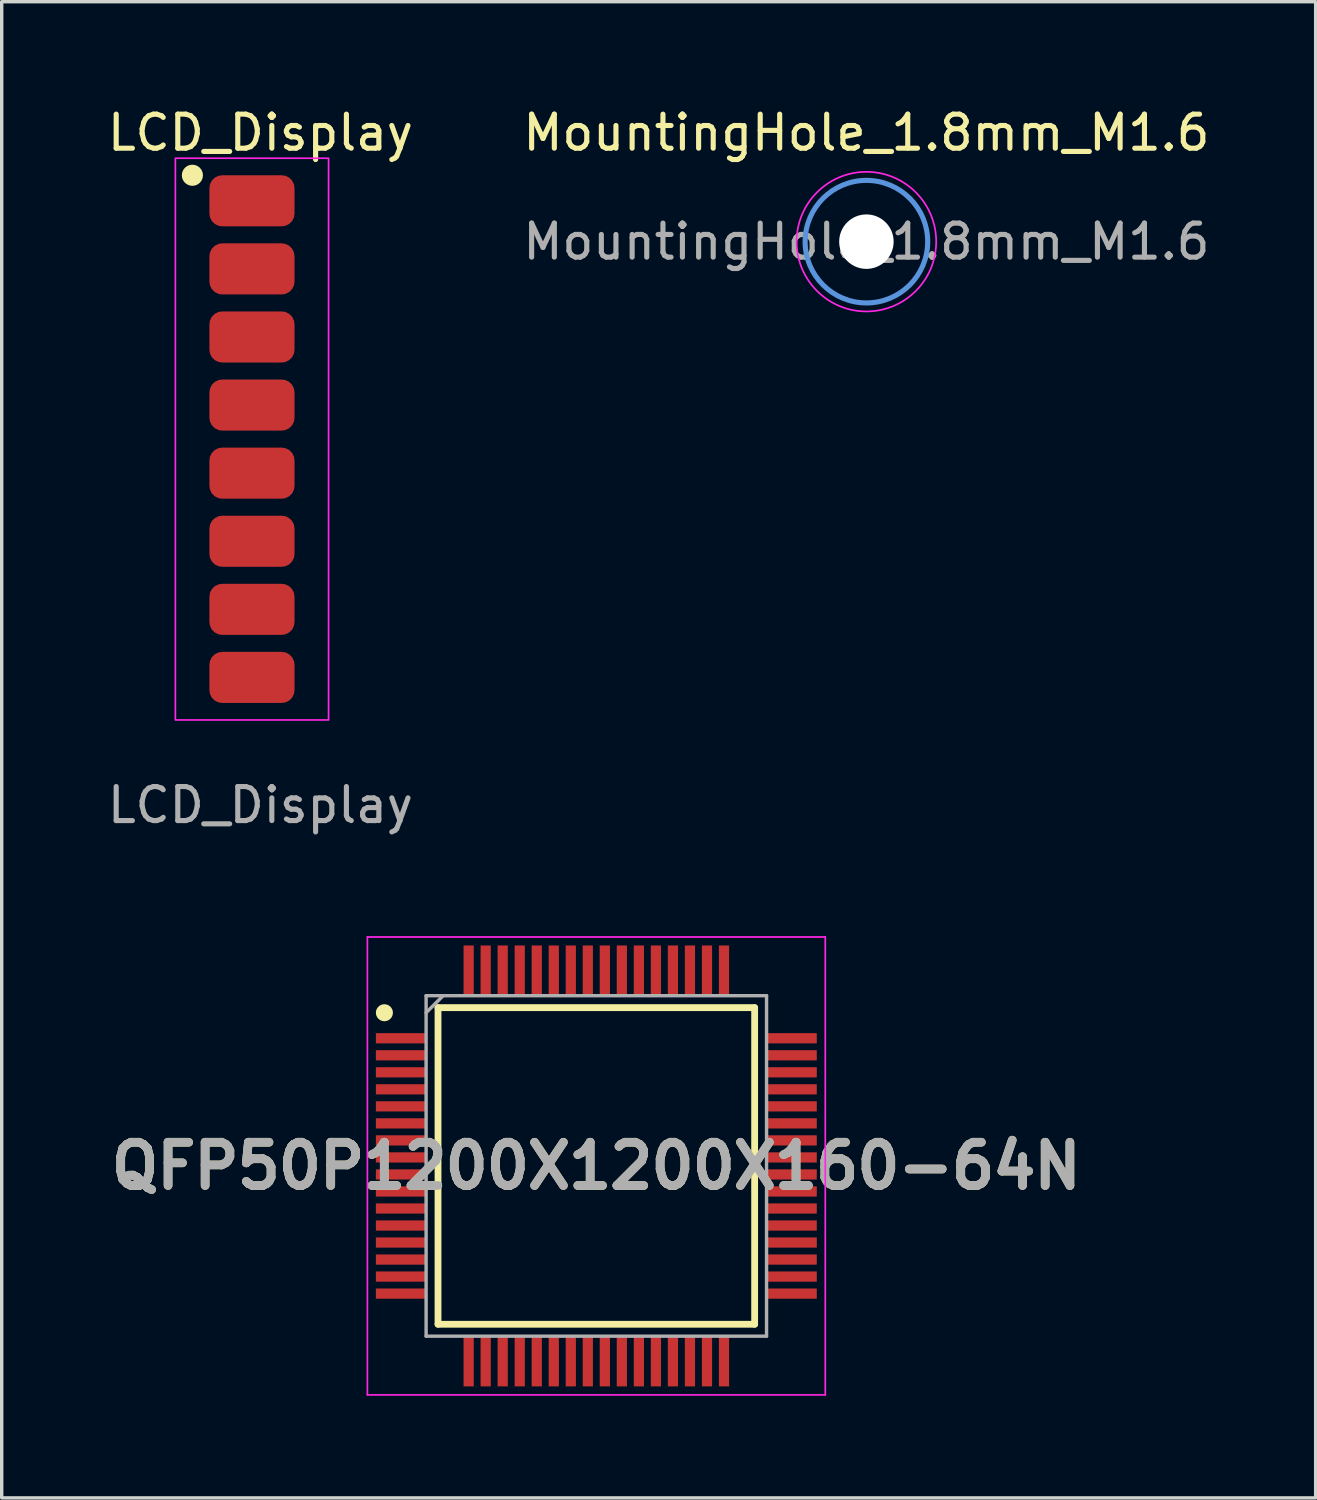
<source format=kicad_pcb>
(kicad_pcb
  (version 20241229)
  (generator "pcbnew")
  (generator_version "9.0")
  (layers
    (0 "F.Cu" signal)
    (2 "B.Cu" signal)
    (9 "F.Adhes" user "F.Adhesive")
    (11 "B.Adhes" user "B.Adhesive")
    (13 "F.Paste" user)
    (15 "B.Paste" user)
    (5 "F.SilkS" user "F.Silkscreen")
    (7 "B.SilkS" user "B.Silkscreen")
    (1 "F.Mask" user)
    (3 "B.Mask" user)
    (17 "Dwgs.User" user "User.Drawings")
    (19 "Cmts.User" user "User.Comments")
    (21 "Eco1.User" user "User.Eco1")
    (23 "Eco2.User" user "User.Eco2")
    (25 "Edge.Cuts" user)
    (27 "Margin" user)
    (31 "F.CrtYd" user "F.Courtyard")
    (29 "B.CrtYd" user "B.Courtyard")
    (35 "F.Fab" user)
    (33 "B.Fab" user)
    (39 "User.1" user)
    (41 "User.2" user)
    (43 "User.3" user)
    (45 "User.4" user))
  (footprint "QFP50P1200X1200X160-64N"
    (layer "F.Cu")
    (at 14.466 31.197)
    (property "Reference" "QFP50P1200X1200X160-64N" (at 0 0 0) (layer "F.SilkS") (effects (font (size 1.27 1.27) (thickness 0.254))))
    (attr smd)
    (fp_line (start -4.65 -4.65) (end 4.65 -4.65) (stroke (width 0.2) (type solid)) (layer "F.SilkS"))
    (fp_line (start -4.65 4.65) (end -4.65 -4.65) (stroke (width 0.2) (type solid)) (layer "F.SilkS"))
    (fp_line (start 4.65 -4.65) (end 4.65 4.65) (stroke (width 0.2) (type solid)) (layer "F.SilkS"))
    (fp_line (start 4.65 4.65) (end -4.65 4.65) (stroke (width 0.2) (type solid)) (layer "F.SilkS"))
    (fp_circle (center -6.225 -4.5) (end -6.225 -4.375) (stroke (width 0.25) (type solid)) (fill no) (layer "F.SilkS"))
    (fp_line (start -6.725 -6.725) (end 6.725 -6.725) (stroke (width 0.05) (type solid)) (layer "F.CrtYd"))
    (fp_line (start -6.725 6.725) (end -6.725 -6.725) (stroke (width 0.05) (type solid)) (layer "F.CrtYd"))
    (fp_line (start 6.725 -6.725) (end 6.725 6.725) (stroke (width 0.05) (type solid)) (layer "F.CrtYd"))
    (fp_line (start 6.725 6.725) (end -6.725 6.725) (stroke (width 0.05) (type solid)) (layer "F.CrtYd"))
    (fp_line (start -5 -5) (end 5 -5) (stroke (width 0.1) (type solid)) (layer "F.Fab"))
    (fp_line (start -5 -4.5) (end -4.5 -5) (stroke (width 0.1) (type solid)) (layer "F.Fab"))
    (fp_line (start -5 5) (end -5 -5) (stroke (width 0.1) (type solid)) (layer "F.Fab"))
    (fp_line (start 5 -5) (end 5 5) (stroke (width 0.1) (type solid)) (layer "F.Fab"))
    (fp_line (start 5 5) (end -5 5) (stroke (width 0.1) (type solid)) (layer "F.Fab"))
    (fp_text user "${REFERENCE}" (at 0 0 0) (layer "F.Fab") (effects (font (size 1.27 1.27) (thickness 0.254))))
    (pad "1" smd rect (at -5.738 -3.75 90) (size 0.3 1.475) (layers "F.Cu" "F.Mask" "F.Paste"))
    (pad "2" smd rect (at -5.738 -3.25 90) (size 0.3 1.475) (layers "F.Cu" "F.Mask" "F.Paste"))
    (pad "3" smd rect (at -5.738 -2.75 90) (size 0.3 1.475) (layers "F.Cu" "F.Mask" "F.Paste"))
    (pad "4" smd rect (at -5.738 -2.25 90) (size 0.3 1.475) (layers "F.Cu" "F.Mask" "F.Paste"))
    (pad "5" smd rect (at -5.738 -1.75 90) (size 0.3 1.475) (layers "F.Cu" "F.Mask" "F.Paste"))
    (pad "6" smd rect (at -5.738 -1.25 90) (size 0.3 1.475) (layers "F.Cu" "F.Mask" "F.Paste"))
    (pad "7" smd rect (at -5.738 -0.75 90) (size 0.3 1.475) (layers "F.Cu" "F.Mask" "F.Paste"))
    (pad "8" smd rect (at -5.738 -0.25 90) (size 0.3 1.475) (layers "F.Cu" "F.Mask" "F.Paste"))
    (pad "9" smd rect (at -5.738 0.25 90) (size 0.3 1.475) (layers "F.Cu" "F.Mask" "F.Paste"))
    (pad "10" smd rect (at -5.738 0.75 90) (size 0.3 1.475) (layers "F.Cu" "F.Mask" "F.Paste"))
    (pad "11" smd rect (at -5.738 1.25 90) (size 0.3 1.475) (layers "F.Cu" "F.Mask" "F.Paste"))
    (pad "12" smd rect (at -5.738 1.75 90) (size 0.3 1.475) (layers "F.Cu" "F.Mask" "F.Paste"))
    (pad "13" smd rect (at -5.738 2.25 90) (size 0.3 1.475) (layers "F.Cu" "F.Mask" "F.Paste"))
    (pad "14" smd rect (at -5.738 2.75 90) (size 0.3 1.475) (layers "F.Cu" "F.Mask" "F.Paste"))
    (pad "15" smd rect (at -5.738 3.25 90) (size 0.3 1.475) (layers "F.Cu" "F.Mask" "F.Paste"))
    (pad "16" smd rect (at -5.738 3.75 90) (size 0.3 1.475) (layers "F.Cu" "F.Mask" "F.Paste"))
    (pad "17" smd rect (at -3.75 5.738) (size 0.3 1.475) (layers "F.Cu" "F.Mask" "F.Paste"))
    (pad "18" smd rect (at -3.25 5.738) (size 0.3 1.475) (layers "F.Cu" "F.Mask" "F.Paste"))
    (pad "19" smd rect (at -2.75 5.738) (size 0.3 1.475) (layers "F.Cu" "F.Mask" "F.Paste"))
    (pad "20" smd rect (at -2.25 5.738) (size 0.3 1.475) (layers "F.Cu" "F.Mask" "F.Paste"))
    (pad "21" smd rect (at -1.75 5.738) (size 0.3 1.475) (layers "F.Cu" "F.Mask" "F.Paste"))
    (pad "22" smd rect (at -1.25 5.738) (size 0.3 1.475) (layers "F.Cu" "F.Mask" "F.Paste"))
    (pad "23" smd rect (at -0.75 5.738) (size 0.3 1.475) (layers "F.Cu" "F.Mask" "F.Paste"))
    (pad "24" smd rect (at -0.25 5.738) (size 0.3 1.475) (layers "F.Cu" "F.Mask" "F.Paste"))
    (pad "25" smd rect (at 0.25 5.738) (size 0.3 1.475) (layers "F.Cu" "F.Mask" "F.Paste"))
    (pad "26" smd rect (at 0.75 5.738) (size 0.3 1.475) (layers "F.Cu" "F.Mask" "F.Paste"))
    (pad "27" smd rect (at 1.25 5.738) (size 0.3 1.475) (layers "F.Cu" "F.Mask" "F.Paste"))
    (pad "28" smd rect (at 1.75 5.738) (size 0.3 1.475) (layers "F.Cu" "F.Mask" "F.Paste"))
    (pad "29" smd rect (at 2.25 5.738) (size 0.3 1.475) (layers "F.Cu" "F.Mask" "F.Paste"))
    (pad "30" smd rect (at 2.75 5.738) (size 0.3 1.475) (layers "F.Cu" "F.Mask" "F.Paste"))
    (pad "31" smd rect (at 3.25 5.738) (size 0.3 1.475) (layers "F.Cu" "F.Mask" "F.Paste"))
    (pad "32" smd rect (at 3.75 5.738) (size 0.3 1.475) (layers "F.Cu" "F.Mask" "F.Paste"))
    (pad "33" smd rect (at 5.738 3.75 90) (size 0.3 1.475) (layers "F.Cu" "F.Mask" "F.Paste"))
    (pad "34" smd rect (at 5.738 3.25 90) (size 0.3 1.475) (layers "F.Cu" "F.Mask" "F.Paste"))
    (pad "35" smd rect (at 5.738 2.75 90) (size 0.3 1.475) (layers "F.Cu" "F.Mask" "F.Paste"))
    (pad "36" smd rect (at 5.738 2.25 90) (size 0.3 1.475) (layers "F.Cu" "F.Mask" "F.Paste"))
    (pad "37" smd rect (at 5.738 1.75 90) (size 0.3 1.475) (layers "F.Cu" "F.Mask" "F.Paste"))
    (pad "38" smd rect (at 5.738 1.25 90) (size 0.3 1.475) (layers "F.Cu" "F.Mask" "F.Paste"))
    (pad "39" smd rect (at 5.738 0.75 90) (size 0.3 1.475) (layers "F.Cu" "F.Mask" "F.Paste"))
    (pad "40" smd rect (at 5.738 0.25 90) (size 0.3 1.475) (layers "F.Cu" "F.Mask" "F.Paste"))
    (pad "41" smd rect (at 5.738 -0.25 90) (size 0.3 1.475) (layers "F.Cu" "F.Mask" "F.Paste"))
    (pad "42" smd rect (at 5.738 -0.75 90) (size 0.3 1.475) (layers "F.Cu" "F.Mask" "F.Paste"))
    (pad "43" smd rect (at 5.738 -1.25 90) (size 0.3 1.475) (layers "F.Cu" "F.Mask" "F.Paste"))
    (pad "44" smd rect (at 5.738 -1.75 90) (size 0.3 1.475) (layers "F.Cu" "F.Mask" "F.Paste"))
    (pad "45" smd rect (at 5.738 -2.25 90) (size 0.3 1.475) (layers "F.Cu" "F.Mask" "F.Paste"))
    (pad "46" smd rect (at 5.738 -2.75 90) (size 0.3 1.475) (layers "F.Cu" "F.Mask" "F.Paste"))
    (pad "47" smd rect (at 5.738 -3.25 90) (size 0.3 1.475) (layers "F.Cu" "F.Mask" "F.Paste"))
    (pad "48" smd rect (at 5.738 -3.75 90) (size 0.3 1.475) (layers "F.Cu" "F.Mask" "F.Paste"))
    (pad "49" smd rect (at 3.75 -5.738) (size 0.3 1.475) (layers "F.Cu" "F.Mask" "F.Paste"))
    (pad "50" smd rect (at 3.25 -5.738) (size 0.3 1.475) (layers "F.Cu" "F.Mask" "F.Paste"))
    (pad "51" smd rect (at 2.75 -5.738) (size 0.3 1.475) (layers "F.Cu" "F.Mask" "F.Paste"))
    (pad "52" smd rect (at 2.25 -5.738) (size 0.3 1.475) (layers "F.Cu" "F.Mask" "F.Paste"))
    (pad "53" smd rect (at 1.75 -5.738) (size 0.3 1.475) (layers "F.Cu" "F.Mask" "F.Paste"))
    (pad "54" smd rect (at 1.25 -5.738) (size 0.3 1.475) (layers "F.Cu" "F.Mask" "F.Paste"))
    (pad "55" smd rect (at 0.75 -5.738) (size 0.3 1.475) (layers "F.Cu" "F.Mask" "F.Paste"))
    (pad "56" smd rect (at 0.25 -5.738) (size 0.3 1.475) (layers "F.Cu" "F.Mask" "F.Paste"))
    (pad "57" smd rect (at -0.25 -5.738) (size 0.3 1.475) (layers "F.Cu" "F.Mask" "F.Paste"))
    (pad "58" smd rect (at -0.75 -5.738) (size 0.3 1.475) (layers "F.Cu" "F.Mask" "F.Paste"))
    (pad "59" smd rect (at -1.25 -5.738) (size 0.3 1.475) (layers "F.Cu" "F.Mask" "F.Paste"))
    (pad "60" smd rect (at -1.75 -5.738) (size 0.3 1.475) (layers "F.Cu" "F.Mask" "F.Paste"))
    (pad "61" smd rect (at -2.25 -5.738) (size 0.3 1.475) (layers "F.Cu" "F.Mask" "F.Paste"))
    (pad "62" smd rect (at -2.75 -5.738) (size 0.3 1.475) (layers "F.Cu" "F.Mask" "F.Paste"))
    (pad "63" smd rect (at -3.25 -5.738) (size 0.3 1.475) (layers "F.Cu" "F.Mask" "F.Paste"))
    (pad "64" smd rect (at -3.75 -5.738) (size 0.3 1.475) (layers "F.Cu" "F.Mask" "F.Paste")))
  (footprint "LCD_Display"
    (layer "F.Cu")
    (at 4.351 9.848)
    (property "Reference" "LCD_Display" (at 0.25 -9 0) (unlocked yes) (layer "F.SilkS") (effects (font (size 1 1) (thickness 0.15))))
    (attr smd)
    (fp_circle (center -1.75 -7.75) (end -1.5 -7.75) (stroke (width 0.12) (type solid)) (fill yes) (layer "F.SilkS"))
    (fp_rect (start -2.25 -8.25) (end 2.25 8.25) (stroke (width 0.05) (type solid)) (fill no) (layer "F.CrtYd"))
    (fp_text user "${REFERENCE}" (at 0.25 10.75 0) (unlocked yes) (layer "F.Fab") (effects (font (size 1 1) (thickness 0.15))))
    (pad "1" smd roundrect (at 0 -7) (size 2.5 1.5) (layers "F.Cu" "F.Mask" "F.Paste") (roundrect_rratio 0.25))
    (pad "2" smd roundrect (at 0 -5) (size 2.5 1.5) (layers "F.Cu" "F.Mask" "F.Paste") (roundrect_rratio 0.25))
    (pad "3" smd roundrect (at 0 -3) (size 2.5 1.5) (layers "F.Cu" "F.Mask" "F.Paste") (roundrect_rratio 0.25))
    (pad "4" smd roundrect (at 0 -1) (size 2.5 1.5) (layers "F.Cu" "F.Mask" "F.Paste") (roundrect_rratio 0.25))
    (pad "5" smd roundrect (at 0 1) (size 2.5 1.5) (layers "F.Cu" "F.Mask" "F.Paste") (roundrect_rratio 0.25))
    (pad "6" smd roundrect (at 0 3) (size 2.5 1.5) (layers "F.Cu" "F.Mask" "F.Paste") (roundrect_rratio 0.25))
    (pad "7" smd roundrect (at 0 5) (size 2.5 1.5) (layers "F.Cu" "F.Mask" "F.Paste") (roundrect_rratio 0.25))
    (pad "8" smd roundrect (at 0 7) (size 2.5 1.5) (layers "F.Cu" "F.Mask" "F.Paste") (roundrect_rratio 0.25)))
  (footprint "MountingHole_1.8mm_M1.6"
    (layer "F.Cu")
    (at 22.399 4.048)
    (property "Reference" "MountingHole_1.8mm_M1.6" (at 0 -3.2 0) (layer "F.SilkS") (effects (font (size 1 1) (thickness 0.15))))
    (attr exclude_from_pos_files exclude_from_bom)
    (fp_circle (center 0 0) (end 1.8 0) (stroke (width 0.15) (type solid)) (fill no) (layer "Cmts.User"))
    (fp_circle (center 0 0) (end 2.05 0) (stroke (width 0.05) (type solid)) (fill no) (layer "F.CrtYd"))
    (fp_text user "${REFERENCE}" (at 0 0 0) (layer "F.Fab") (effects (font (size 1 1) (thickness 0.15))))
    (pad "" np_thru_hole circle (at 0 0) (size 1.6 1.6) (drill 1.8) (layers "*.Cu" "*.Mask")))
  (gr_rect
    (start -3 -3)
    (end 35.595 40.947)
    (stroke (width 0.1) (type default))
    (fill no)
    (layer "Edge.Cuts")))
</source>
